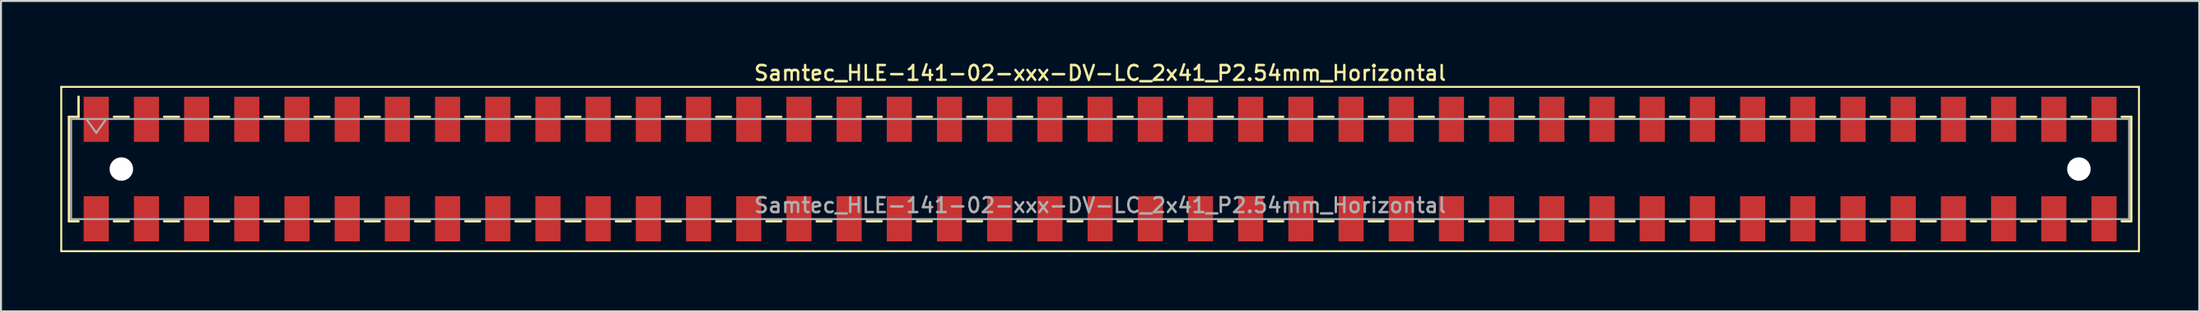
<source format=kicad_pcb>
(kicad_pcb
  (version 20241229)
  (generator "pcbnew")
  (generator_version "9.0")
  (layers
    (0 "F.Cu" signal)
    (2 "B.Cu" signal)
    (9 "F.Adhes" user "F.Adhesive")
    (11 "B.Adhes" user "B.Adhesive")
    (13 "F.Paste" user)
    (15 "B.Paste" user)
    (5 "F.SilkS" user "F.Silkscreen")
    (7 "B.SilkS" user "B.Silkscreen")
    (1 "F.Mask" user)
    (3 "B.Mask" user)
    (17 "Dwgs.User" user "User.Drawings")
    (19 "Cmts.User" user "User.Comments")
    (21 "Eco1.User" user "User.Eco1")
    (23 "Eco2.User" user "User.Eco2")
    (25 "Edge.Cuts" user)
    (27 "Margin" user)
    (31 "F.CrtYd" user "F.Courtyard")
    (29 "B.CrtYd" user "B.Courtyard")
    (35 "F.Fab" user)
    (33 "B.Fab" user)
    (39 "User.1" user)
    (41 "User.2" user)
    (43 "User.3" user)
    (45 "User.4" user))
  (footprint "Samtec_HLE-141-02-xxx-DV-LC_2x41_P2.54mm_Horizontal"
    (layer "F.Cu")
    (at 52.62 5.528)
    (property "Reference" "Samtec_HLE-141-02-xxx-DV-LC_2x41_P2.54mm_Horizontal" (at 0 -4.87 0) (layer "F.SilkS") (effects (font (size 0.75 0.75) (thickness 0.125))))
    (attr smd)
    (fp_line (start -52.57 -4.17) (end 52.57 -4.17) (stroke (width 0.1) (type solid)) (layer "F.SilkS"))
    (fp_line (start -52.57 4.17) (end -52.57 -4.17) (stroke (width 0.1) (type solid)) (layer "F.SilkS"))
    (fp_line (start -52.18 -2.65) (end -52.18 2.65) (stroke (width 0.12) (type solid)) (layer "F.SilkS"))
    (fp_line (start -52.18 2.65) (end -51.695 2.65) (stroke (width 0.12) (type solid)) (layer "F.SilkS"))
    (fp_line (start -51.695 -3.67) (end -51.695 -2.65) (stroke (width 0.12) (type solid)) (layer "F.SilkS"))
    (fp_line (start -51.695 -2.65) (end -52.18 -2.65) (stroke (width 0.12) (type solid)) (layer "F.SilkS"))
    (fp_line (start -49.905 -2.65) (end -49.155 -2.65) (stroke (width 0.12) (type solid)) (layer "F.SilkS"))
    (fp_line (start -49.905 2.65) (end -49.155 2.65) (stroke (width 0.12) (type solid)) (layer "F.SilkS"))
    (fp_line (start -47.365 -2.65) (end -46.615 -2.65) (stroke (width 0.12) (type solid)) (layer "F.SilkS"))
    (fp_line (start -47.365 2.65) (end -46.615 2.65) (stroke (width 0.12) (type solid)) (layer "F.SilkS"))
    (fp_line (start -44.825 -2.65) (end -44.075 -2.65) (stroke (width 0.12) (type solid)) (layer "F.SilkS"))
    (fp_line (start -44.825 2.65) (end -44.075 2.65) (stroke (width 0.12) (type solid)) (layer "F.SilkS"))
    (fp_line (start -42.285 -2.65) (end -41.535 -2.65) (stroke (width 0.12) (type solid)) (layer "F.SilkS"))
    (fp_line (start -42.285 2.65) (end -41.535 2.65) (stroke (width 0.12) (type solid)) (layer "F.SilkS"))
    (fp_line (start -39.745 -2.65) (end -38.995 -2.65) (stroke (width 0.12) (type solid)) (layer "F.SilkS"))
    (fp_line (start -39.745 2.65) (end -38.995 2.65) (stroke (width 0.12) (type solid)) (layer "F.SilkS"))
    (fp_line (start -37.205 -2.65) (end -36.455 -2.65) (stroke (width 0.12) (type solid)) (layer "F.SilkS"))
    (fp_line (start -37.205 2.65) (end -36.455 2.65) (stroke (width 0.12) (type solid)) (layer "F.SilkS"))
    (fp_line (start -34.665 -2.65) (end -33.915 -2.65) (stroke (width 0.12) (type solid)) (layer "F.SilkS"))
    (fp_line (start -34.665 2.65) (end -33.915 2.65) (stroke (width 0.12) (type solid)) (layer "F.SilkS"))
    (fp_line (start -32.125 -2.65) (end -31.375 -2.65) (stroke (width 0.12) (type solid)) (layer "F.SilkS"))
    (fp_line (start -32.125 2.65) (end -31.375 2.65) (stroke (width 0.12) (type solid)) (layer "F.SilkS"))
    (fp_line (start -29.585 -2.65) (end -28.835 -2.65) (stroke (width 0.12) (type solid)) (layer "F.SilkS"))
    (fp_line (start -29.585 2.65) (end -28.835 2.65) (stroke (width 0.12) (type solid)) (layer "F.SilkS"))
    (fp_line (start -27.045 -2.65) (end -26.295 -2.65) (stroke (width 0.12) (type solid)) (layer "F.SilkS"))
    (fp_line (start -27.045 2.65) (end -26.295 2.65) (stroke (width 0.12) (type solid)) (layer "F.SilkS"))
    (fp_line (start -24.505 -2.65) (end -23.755 -2.65) (stroke (width 0.12) (type solid)) (layer "F.SilkS"))
    (fp_line (start -24.505 2.65) (end -23.755 2.65) (stroke (width 0.12) (type solid)) (layer "F.SilkS"))
    (fp_line (start -21.965 -2.65) (end -21.215 -2.65) (stroke (width 0.12) (type solid)) (layer "F.SilkS"))
    (fp_line (start -21.965 2.65) (end -21.215 2.65) (stroke (width 0.12) (type solid)) (layer "F.SilkS"))
    (fp_line (start -19.425 -2.65) (end -18.675 -2.65) (stroke (width 0.12) (type solid)) (layer "F.SilkS"))
    (fp_line (start -19.425 2.65) (end -18.675 2.65) (stroke (width 0.12) (type solid)) (layer "F.SilkS"))
    (fp_line (start -16.885 -2.65) (end -16.135 -2.65) (stroke (width 0.12) (type solid)) (layer "F.SilkS"))
    (fp_line (start -16.885 2.65) (end -16.135 2.65) (stroke (width 0.12) (type solid)) (layer "F.SilkS"))
    (fp_line (start -14.345 -2.65) (end -13.595 -2.65) (stroke (width 0.12) (type solid)) (layer "F.SilkS"))
    (fp_line (start -14.345 2.65) (end -13.595 2.65) (stroke (width 0.12) (type solid)) (layer "F.SilkS"))
    (fp_line (start -11.805 -2.65) (end -11.055 -2.65) (stroke (width 0.12) (type solid)) (layer "F.SilkS"))
    (fp_line (start -11.805 2.65) (end -11.055 2.65) (stroke (width 0.12) (type solid)) (layer "F.SilkS"))
    (fp_line (start -9.265 -2.65) (end -8.515 -2.65) (stroke (width 0.12) (type solid)) (layer "F.SilkS"))
    (fp_line (start -9.265 2.65) (end -8.515 2.65) (stroke (width 0.12) (type solid)) (layer "F.SilkS"))
    (fp_line (start -6.725 -2.65) (end -5.975 -2.65) (stroke (width 0.12) (type solid)) (layer "F.SilkS"))
    (fp_line (start -6.725 2.65) (end -5.975 2.65) (stroke (width 0.12) (type solid)) (layer "F.SilkS"))
    (fp_line (start -4.185 -2.65) (end -3.435 -2.65) (stroke (width 0.12) (type solid)) (layer "F.SilkS"))
    (fp_line (start -4.185 2.65) (end -3.435 2.65) (stroke (width 0.12) (type solid)) (layer "F.SilkS"))
    (fp_line (start -1.645 -2.65) (end -0.895 -2.65) (stroke (width 0.12) (type solid)) (layer "F.SilkS"))
    (fp_line (start -1.645 2.65) (end -0.895 2.65) (stroke (width 0.12) (type solid)) (layer "F.SilkS"))
    (fp_line (start 0.895 -2.65) (end 1.645 -2.65) (stroke (width 0.12) (type solid)) (layer "F.SilkS"))
    (fp_line (start 0.895 2.65) (end 1.645 2.65) (stroke (width 0.12) (type solid)) (layer "F.SilkS"))
    (fp_line (start 3.435 -2.65) (end 4.185 -2.65) (stroke (width 0.12) (type solid)) (layer "F.SilkS"))
    (fp_line (start 3.435 2.65) (end 4.185 2.65) (stroke (width 0.12) (type solid)) (layer "F.SilkS"))
    (fp_line (start 5.975 -2.65) (end 6.725 -2.65) (stroke (width 0.12) (type solid)) (layer "F.SilkS"))
    (fp_line (start 5.975 2.65) (end 6.725 2.65) (stroke (width 0.12) (type solid)) (layer "F.SilkS"))
    (fp_line (start 8.515 -2.65) (end 9.265 -2.65) (stroke (width 0.12) (type solid)) (layer "F.SilkS"))
    (fp_line (start 8.515 2.65) (end 9.265 2.65) (stroke (width 0.12) (type solid)) (layer "F.SilkS"))
    (fp_line (start 11.055 -2.65) (end 11.805 -2.65) (stroke (width 0.12) (type solid)) (layer "F.SilkS"))
    (fp_line (start 11.055 2.65) (end 11.805 2.65) (stroke (width 0.12) (type solid)) (layer "F.SilkS"))
    (fp_line (start 13.595 -2.65) (end 14.345 -2.65) (stroke (width 0.12) (type solid)) (layer "F.SilkS"))
    (fp_line (start 13.595 2.65) (end 14.345 2.65) (stroke (width 0.12) (type solid)) (layer "F.SilkS"))
    (fp_line (start 16.135 -2.65) (end 16.885 -2.65) (stroke (width 0.12) (type solid)) (layer "F.SilkS"))
    (fp_line (start 16.135 2.65) (end 16.885 2.65) (stroke (width 0.12) (type solid)) (layer "F.SilkS"))
    (fp_line (start 18.675 -2.65) (end 19.425 -2.65) (stroke (width 0.12) (type solid)) (layer "F.SilkS"))
    (fp_line (start 18.675 2.65) (end 19.425 2.65) (stroke (width 0.12) (type solid)) (layer "F.SilkS"))
    (fp_line (start 21.215 -2.65) (end 21.965 -2.65) (stroke (width 0.12) (type solid)) (layer "F.SilkS"))
    (fp_line (start 21.215 2.65) (end 21.965 2.65) (stroke (width 0.12) (type solid)) (layer "F.SilkS"))
    (fp_line (start 23.755 -2.65) (end 24.505 -2.65) (stroke (width 0.12) (type solid)) (layer "F.SilkS"))
    (fp_line (start 23.755 2.65) (end 24.505 2.65) (stroke (width 0.12) (type solid)) (layer "F.SilkS"))
    (fp_line (start 26.295 -2.65) (end 27.045 -2.65) (stroke (width 0.12) (type solid)) (layer "F.SilkS"))
    (fp_line (start 26.295 2.65) (end 27.045 2.65) (stroke (width 0.12) (type solid)) (layer "F.SilkS"))
    (fp_line (start 28.835 -2.65) (end 29.585 -2.65) (stroke (width 0.12) (type solid)) (layer "F.SilkS"))
    (fp_line (start 28.835 2.65) (end 29.585 2.65) (stroke (width 0.12) (type solid)) (layer "F.SilkS"))
    (fp_line (start 31.375 -2.65) (end 32.125 -2.65) (stroke (width 0.12) (type solid)) (layer "F.SilkS"))
    (fp_line (start 31.375 2.65) (end 32.125 2.65) (stroke (width 0.12) (type solid)) (layer "F.SilkS"))
    (fp_line (start 33.915 -2.65) (end 34.665 -2.65) (stroke (width 0.12) (type solid)) (layer "F.SilkS"))
    (fp_line (start 33.915 2.65) (end 34.665 2.65) (stroke (width 0.12) (type solid)) (layer "F.SilkS"))
    (fp_line (start 36.455 -2.65) (end 37.205 -2.65) (stroke (width 0.12) (type solid)) (layer "F.SilkS"))
    (fp_line (start 36.455 2.65) (end 37.205 2.65) (stroke (width 0.12) (type solid)) (layer "F.SilkS"))
    (fp_line (start 38.995 -2.65) (end 39.745 -2.65) (stroke (width 0.12) (type solid)) (layer "F.SilkS"))
    (fp_line (start 38.995 2.65) (end 39.745 2.65) (stroke (width 0.12) (type solid)) (layer "F.SilkS"))
    (fp_line (start 41.535 -2.65) (end 42.285 -2.65) (stroke (width 0.12) (type solid)) (layer "F.SilkS"))
    (fp_line (start 41.535 2.65) (end 42.285 2.65) (stroke (width 0.12) (type solid)) (layer "F.SilkS"))
    (fp_line (start 44.075 -2.65) (end 44.825 -2.65) (stroke (width 0.12) (type solid)) (layer "F.SilkS"))
    (fp_line (start 44.075 2.65) (end 44.825 2.65) (stroke (width 0.12) (type solid)) (layer "F.SilkS"))
    (fp_line (start 46.615 -2.65) (end 47.365 -2.65) (stroke (width 0.12) (type solid)) (layer "F.SilkS"))
    (fp_line (start 46.615 2.65) (end 47.365 2.65) (stroke (width 0.12) (type solid)) (layer "F.SilkS"))
    (fp_line (start 49.155 -2.65) (end 49.905 -2.65) (stroke (width 0.12) (type solid)) (layer "F.SilkS"))
    (fp_line (start 49.155 2.65) (end 49.905 2.65) (stroke (width 0.12) (type solid)) (layer "F.SilkS"))
    (fp_line (start 51.695 -2.65) (end 52.18 -2.65) (stroke (width 0.12) (type solid)) (layer "F.SilkS"))
    (fp_line (start 52.18 -2.65) (end 52.18 2.65) (stroke (width 0.12) (type solid)) (layer "F.SilkS"))
    (fp_line (start 52.18 2.65) (end 51.695 2.65) (stroke (width 0.12) (type solid)) (layer "F.SilkS"))
    (fp_line (start 52.57 -4.17) (end 52.57 4.17) (stroke (width 0.1) (type solid)) (layer "F.SilkS"))
    (fp_line (start 52.57 4.17) (end -52.57 4.17) (stroke (width 0.1) (type solid)) (layer "F.SilkS"))
    (fp_line (start -52.07 -2.54) (end 52.07 -2.54) (stroke (width 0.1) (type solid)) (layer "F.Fab"))
    (fp_line (start -52.07 2.54) (end -52.07 -2.54) (stroke (width 0.1) (type solid)) (layer "F.Fab"))
    (fp_line (start -51.3 -2.54) (end -50.8 -1.833) (stroke (width 0.1) (type solid)) (layer "F.Fab"))
    (fp_line (start -50.8 -1.833) (end -50.3 -2.54) (stroke (width 0.1) (type solid)) (layer "F.Fab"))
    (fp_line (start 52.07 -2.54) (end 52.07 2.54) (stroke (width 0.1) (type solid)) (layer "F.Fab"))
    (fp_line (start 52.07 2.54) (end -52.07 2.54) (stroke (width 0.1) (type solid)) (layer "F.Fab"))
    (fp_text user "${REFERENCE}" (at 0 1.84 0) (layer "F.Fab") (effects (font (size 0.75 0.75) (thickness 0.125))))
    (pad "" np_thru_hole circle (at -49.53 0) (size 1.19 1.19) (drill 1.19) (layers "*.Cu" "*.Mask"))
    (pad "" np_thru_hole circle (at 49.53 0) (size 1.19 1.19) (drill 1.19) (layers "*.Cu" "*.Mask"))
    (pad "1" smd rect (at -50.8 -2.525) (size 1.27 2.29) (layers "F.Cu" "F.Mask" "F.Paste"))
    (pad "2" smd rect (at -50.8 2.525) (size 1.27 2.29) (layers "F.Cu" "F.Mask" "F.Paste"))
    (pad "3" smd rect (at -48.26 -2.525) (size 1.27 2.29) (layers "F.Cu" "F.Mask" "F.Paste"))
    (pad "4" smd rect (at -48.26 2.525) (size 1.27 2.29) (layers "F.Cu" "F.Mask" "F.Paste"))
    (pad "5" smd rect (at -45.72 -2.525) (size 1.27 2.29) (layers "F.Cu" "F.Mask" "F.Paste"))
    (pad "6" smd rect (at -45.72 2.525) (size 1.27 2.29) (layers "F.Cu" "F.Mask" "F.Paste"))
    (pad "7" smd rect (at -43.18 -2.525) (size 1.27 2.29) (layers "F.Cu" "F.Mask" "F.Paste"))
    (pad "8" smd rect (at -43.18 2.525) (size 1.27 2.29) (layers "F.Cu" "F.Mask" "F.Paste"))
    (pad "9" smd rect (at -40.64 -2.525) (size 1.27 2.29) (layers "F.Cu" "F.Mask" "F.Paste"))
    (pad "10" smd rect (at -40.64 2.525) (size 1.27 2.29) (layers "F.Cu" "F.Mask" "F.Paste"))
    (pad "11" smd rect (at -38.1 -2.525) (size 1.27 2.29) (layers "F.Cu" "F.Mask" "F.Paste"))
    (pad "12" smd rect (at -38.1 2.525) (size 1.27 2.29) (layers "F.Cu" "F.Mask" "F.Paste"))
    (pad "13" smd rect (at -35.56 -2.525) (size 1.27 2.29) (layers "F.Cu" "F.Mask" "F.Paste"))
    (pad "14" smd rect (at -35.56 2.525) (size 1.27 2.29) (layers "F.Cu" "F.Mask" "F.Paste"))
    (pad "15" smd rect (at -33.02 -2.525) (size 1.27 2.29) (layers "F.Cu" "F.Mask" "F.Paste"))
    (pad "16" smd rect (at -33.02 2.525) (size 1.27 2.29) (layers "F.Cu" "F.Mask" "F.Paste"))
    (pad "17" smd rect (at -30.48 -2.525) (size 1.27 2.29) (layers "F.Cu" "F.Mask" "F.Paste"))
    (pad "18" smd rect (at -30.48 2.525) (size 1.27 2.29) (layers "F.Cu" "F.Mask" "F.Paste"))
    (pad "19" smd rect (at -27.94 -2.525) (size 1.27 2.29) (layers "F.Cu" "F.Mask" "F.Paste"))
    (pad "20" smd rect (at -27.94 2.525) (size 1.27 2.29) (layers "F.Cu" "F.Mask" "F.Paste"))
    (pad "21" smd rect (at -25.4 -2.525) (size 1.27 2.29) (layers "F.Cu" "F.Mask" "F.Paste"))
    (pad "22" smd rect (at -25.4 2.525) (size 1.27 2.29) (layers "F.Cu" "F.Mask" "F.Paste"))
    (pad "23" smd rect (at -22.86 -2.525) (size 1.27 2.29) (layers "F.Cu" "F.Mask" "F.Paste"))
    (pad "24" smd rect (at -22.86 2.525) (size 1.27 2.29) (layers "F.Cu" "F.Mask" "F.Paste"))
    (pad "25" smd rect (at -20.32 -2.525) (size 1.27 2.29) (layers "F.Cu" "F.Mask" "F.Paste"))
    (pad "26" smd rect (at -20.32 2.525) (size 1.27 2.29) (layers "F.Cu" "F.Mask" "F.Paste"))
    (pad "27" smd rect (at -17.78 -2.525) (size 1.27 2.29) (layers "F.Cu" "F.Mask" "F.Paste"))
    (pad "28" smd rect (at -17.78 2.525) (size 1.27 2.29) (layers "F.Cu" "F.Mask" "F.Paste"))
    (pad "29" smd rect (at -15.24 -2.525) (size 1.27 2.29) (layers "F.Cu" "F.Mask" "F.Paste"))
    (pad "30" smd rect (at -15.24 2.525) (size 1.27 2.29) (layers "F.Cu" "F.Mask" "F.Paste"))
    (pad "31" smd rect (at -12.7 -2.525) (size 1.27 2.29) (layers "F.Cu" "F.Mask" "F.Paste"))
    (pad "32" smd rect (at -12.7 2.525) (size 1.27 2.29) (layers "F.Cu" "F.Mask" "F.Paste"))
    (pad "33" smd rect (at -10.16 -2.525) (size 1.27 2.29) (layers "F.Cu" "F.Mask" "F.Paste"))
    (pad "34" smd rect (at -10.16 2.525) (size 1.27 2.29) (layers "F.Cu" "F.Mask" "F.Paste"))
    (pad "35" smd rect (at -7.62 -2.525) (size 1.27 2.29) (layers "F.Cu" "F.Mask" "F.Paste"))
    (pad "36" smd rect (at -7.62 2.525) (size 1.27 2.29) (layers "F.Cu" "F.Mask" "F.Paste"))
    (pad "37" smd rect (at -5.08 -2.525) (size 1.27 2.29) (layers "F.Cu" "F.Mask" "F.Paste"))
    (pad "38" smd rect (at -5.08 2.525) (size 1.27 2.29) (layers "F.Cu" "F.Mask" "F.Paste"))
    (pad "39" smd rect (at -2.54 -2.525) (size 1.27 2.29) (layers "F.Cu" "F.Mask" "F.Paste"))
    (pad "40" smd rect (at -2.54 2.525) (size 1.27 2.29) (layers "F.Cu" "F.Mask" "F.Paste"))
    (pad "41" smd rect (at 0 -2.525) (size 1.27 2.29) (layers "F.Cu" "F.Mask" "F.Paste"))
    (pad "42" smd rect (at 0 2.525) (size 1.27 2.29) (layers "F.Cu" "F.Mask" "F.Paste"))
    (pad "43" smd rect (at 2.54 -2.525) (size 1.27 2.29) (layers "F.Cu" "F.Mask" "F.Paste"))
    (pad "44" smd rect (at 2.54 2.525) (size 1.27 2.29) (layers "F.Cu" "F.Mask" "F.Paste"))
    (pad "45" smd rect (at 5.08 -2.525) (size 1.27 2.29) (layers "F.Cu" "F.Mask" "F.Paste"))
    (pad "46" smd rect (at 5.08 2.525) (size 1.27 2.29) (layers "F.Cu" "F.Mask" "F.Paste"))
    (pad "47" smd rect (at 7.62 -2.525) (size 1.27 2.29) (layers "F.Cu" "F.Mask" "F.Paste"))
    (pad "48" smd rect (at 7.62 2.525) (size 1.27 2.29) (layers "F.Cu" "F.Mask" "F.Paste"))
    (pad "49" smd rect (at 10.16 -2.525) (size 1.27 2.29) (layers "F.Cu" "F.Mask" "F.Paste"))
    (pad "50" smd rect (at 10.16 2.525) (size 1.27 2.29) (layers "F.Cu" "F.Mask" "F.Paste"))
    (pad "51" smd rect (at 12.7 -2.525) (size 1.27 2.29) (layers "F.Cu" "F.Mask" "F.Paste"))
    (pad "52" smd rect (at 12.7 2.525) (size 1.27 2.29) (layers "F.Cu" "F.Mask" "F.Paste"))
    (pad "53" smd rect (at 15.24 -2.525) (size 1.27 2.29) (layers "F.Cu" "F.Mask" "F.Paste"))
    (pad "54" smd rect (at 15.24 2.525) (size 1.27 2.29) (layers "F.Cu" "F.Mask" "F.Paste"))
    (pad "55" smd rect (at 17.78 -2.525) (size 1.27 2.29) (layers "F.Cu" "F.Mask" "F.Paste"))
    (pad "56" smd rect (at 17.78 2.525) (size 1.27 2.29) (layers "F.Cu" "F.Mask" "F.Paste"))
    (pad "57" smd rect (at 20.32 -2.525) (size 1.27 2.29) (layers "F.Cu" "F.Mask" "F.Paste"))
    (pad "58" smd rect (at 20.32 2.525) (size 1.27 2.29) (layers "F.Cu" "F.Mask" "F.Paste"))
    (pad "59" smd rect (at 22.86 -2.525) (size 1.27 2.29) (layers "F.Cu" "F.Mask" "F.Paste"))
    (pad "60" smd rect (at 22.86 2.525) (size 1.27 2.29) (layers "F.Cu" "F.Mask" "F.Paste"))
    (pad "61" smd rect (at 25.4 -2.525) (size 1.27 2.29) (layers "F.Cu" "F.Mask" "F.Paste"))
    (pad "62" smd rect (at 25.4 2.525) (size 1.27 2.29) (layers "F.Cu" "F.Mask" "F.Paste"))
    (pad "63" smd rect (at 27.94 -2.525) (size 1.27 2.29) (layers "F.Cu" "F.Mask" "F.Paste"))
    (pad "64" smd rect (at 27.94 2.525) (size 1.27 2.29) (layers "F.Cu" "F.Mask" "F.Paste"))
    (pad "65" smd rect (at 30.48 -2.525) (size 1.27 2.29) (layers "F.Cu" "F.Mask" "F.Paste"))
    (pad "66" smd rect (at 30.48 2.525) (size 1.27 2.29) (layers "F.Cu" "F.Mask" "F.Paste"))
    (pad "67" smd rect (at 33.02 -2.525) (size 1.27 2.29) (layers "F.Cu" "F.Mask" "F.Paste"))
    (pad "68" smd rect (at 33.02 2.525) (size 1.27 2.29) (layers "F.Cu" "F.Mask" "F.Paste"))
    (pad "69" smd rect (at 35.56 -2.525) (size 1.27 2.29) (layers "F.Cu" "F.Mask" "F.Paste"))
    (pad "70" smd rect (at 35.56 2.525) (size 1.27 2.29) (layers "F.Cu" "F.Mask" "F.Paste"))
    (pad "71" smd rect (at 38.1 -2.525) (size 1.27 2.29) (layers "F.Cu" "F.Mask" "F.Paste"))
    (pad "72" smd rect (at 38.1 2.525) (size 1.27 2.29) (layers "F.Cu" "F.Mask" "F.Paste"))
    (pad "73" smd rect (at 40.64 -2.525) (size 1.27 2.29) (layers "F.Cu" "F.Mask" "F.Paste"))
    (pad "74" smd rect (at 40.64 2.525) (size 1.27 2.29) (layers "F.Cu" "F.Mask" "F.Paste"))
    (pad "75" smd rect (at 43.18 -2.525) (size 1.27 2.29) (layers "F.Cu" "F.Mask" "F.Paste"))
    (pad "76" smd rect (at 43.18 2.525) (size 1.27 2.29) (layers "F.Cu" "F.Mask" "F.Paste"))
    (pad "77" smd rect (at 45.72 -2.525) (size 1.27 2.29) (layers "F.Cu" "F.Mask" "F.Paste"))
    (pad "78" smd rect (at 45.72 2.525) (size 1.27 2.29) (layers "F.Cu" "F.Mask" "F.Paste"))
    (pad "79" smd rect (at 48.26 -2.525) (size 1.27 2.29) (layers "F.Cu" "F.Mask" "F.Paste"))
    (pad "80" smd rect (at 48.26 2.525) (size 1.27 2.29) (layers "F.Cu" "F.Mask" "F.Paste"))
    (pad "81" smd rect (at 50.8 -2.525) (size 1.27 2.29) (layers "F.Cu" "F.Mask" "F.Paste"))
    (pad "82" smd rect (at 50.8 2.525) (size 1.27 2.29) (layers "F.Cu" "F.Mask" "F.Paste")))
  (gr_rect
    (start -3 -3)
    (end 108.24 12.748)
    (stroke (width 0.1) (type default))
    (fill no)
    (layer "Edge.Cuts")))
</source>
